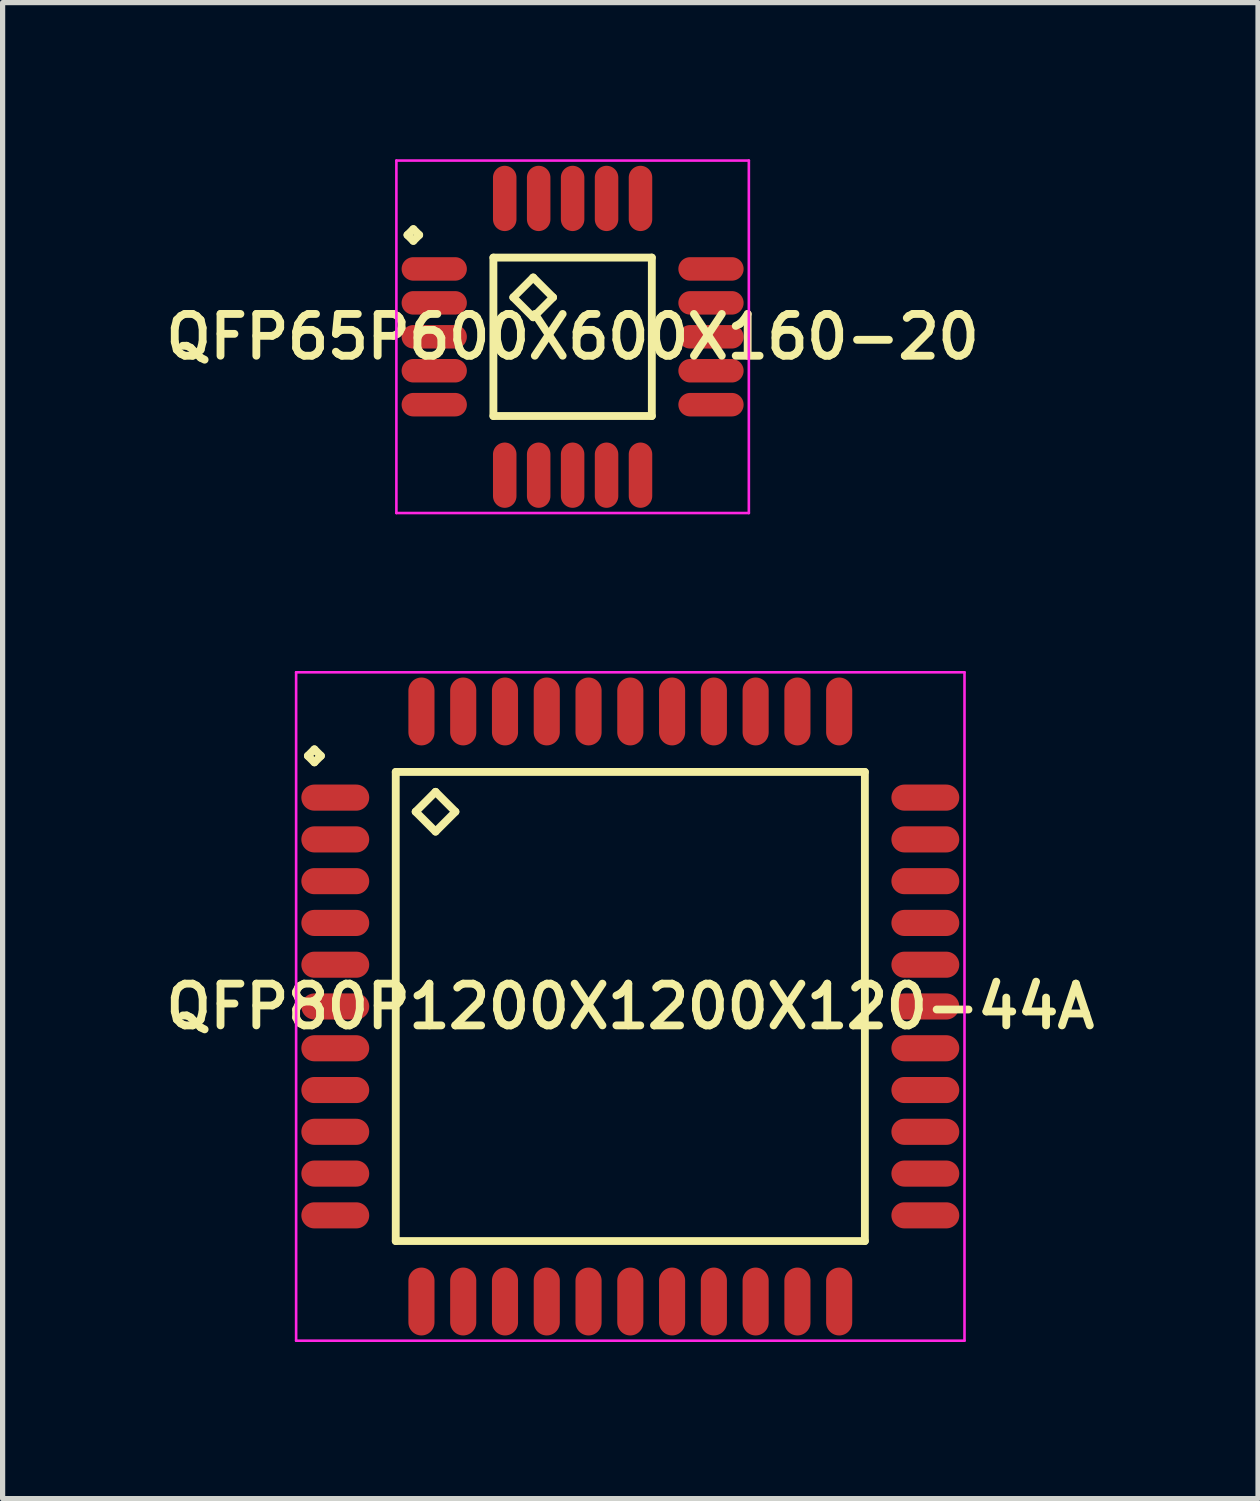
<source format=kicad_pcb>
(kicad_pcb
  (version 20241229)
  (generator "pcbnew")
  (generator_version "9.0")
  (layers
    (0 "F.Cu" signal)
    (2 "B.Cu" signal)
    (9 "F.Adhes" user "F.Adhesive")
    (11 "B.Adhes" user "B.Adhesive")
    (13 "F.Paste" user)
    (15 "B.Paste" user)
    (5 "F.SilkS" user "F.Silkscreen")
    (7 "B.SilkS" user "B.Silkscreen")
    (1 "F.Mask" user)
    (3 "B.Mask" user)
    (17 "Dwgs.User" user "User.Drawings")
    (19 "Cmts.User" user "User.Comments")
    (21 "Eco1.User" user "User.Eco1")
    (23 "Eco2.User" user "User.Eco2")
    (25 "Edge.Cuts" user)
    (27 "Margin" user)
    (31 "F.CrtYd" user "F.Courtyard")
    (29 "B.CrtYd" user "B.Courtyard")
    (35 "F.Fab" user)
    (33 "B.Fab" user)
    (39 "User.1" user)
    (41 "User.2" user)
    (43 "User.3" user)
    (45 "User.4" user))
  (footprint "QFP65P600X600X160-20"
    (layer "F.Cu")
    (at 7.916 3.4)
    (property "Reference" "QFP65P600X600X160-20" (at 0 0 0) (layer "F.SilkS") (effects (font (size 0.8 0.8) (thickness 0.15))))
    (attr smd)
    (fp_line (start -3.163 -1.95) (end -3.05 -2.062) (stroke (width 0.15) (type solid)) (layer "F.SilkS"))
    (fp_line (start -3.05 -2.062) (end -2.938 -1.95) (stroke (width 0.15) (type solid)) (layer "F.SilkS"))
    (fp_line (start -3.05 -1.837) (end -3.163 -1.95) (stroke (width 0.15) (type solid)) (layer "F.SilkS"))
    (fp_line (start -2.938 -1.95) (end -3.05 -1.837) (stroke (width 0.15) (type solid)) (layer "F.SilkS"))
    (fp_line (start -1.517 -1.517) (end -1.517 1.517) (stroke (width 0.15) (type solid)) (layer "F.SilkS"))
    (fp_line (start -1.517 1.517) (end 1.517 1.517) (stroke (width 0.15) (type solid)) (layer "F.SilkS"))
    (fp_line (start -1.136 -0.755) (end -0.755 -1.136) (stroke (width 0.15) (type solid)) (layer "F.SilkS"))
    (fp_line (start -0.755 -1.136) (end -0.374 -0.755) (stroke (width 0.15) (type solid)) (layer "F.SilkS"))
    (fp_line (start -0.755 -0.374) (end -1.136 -0.755) (stroke (width 0.15) (type solid)) (layer "F.SilkS"))
    (fp_line (start -0.374 -0.755) (end -0.755 -0.374) (stroke (width 0.15) (type solid)) (layer "F.SilkS"))
    (fp_line (start 1.517 -1.517) (end -1.517 -1.517) (stroke (width 0.15) (type solid)) (layer "F.SilkS"))
    (fp_line (start 1.517 1.517) (end 1.517 -1.517) (stroke (width 0.15) (type solid)) (layer "F.SilkS"))
    (fp_line (start -3.375 -3.375) (end 3.375 -3.375) (stroke (width 0.05) (type solid)) (layer "F.CrtYd"))
    (fp_line (start -3.375 3.375) (end -3.375 -3.375) (stroke (width 0.05) (type solid)) (layer "F.CrtYd"))
    (fp_line (start 3.375 -3.375) (end 3.375 3.375) (stroke (width 0.05) (type solid)) (layer "F.CrtYd"))
    (fp_line (start 3.375 3.375) (end -3.375 3.375) (stroke (width 0.05) (type solid)) (layer "F.CrtYd"))
    (pad "1" smd oval (at -2.65 -1.3) (size 1.25 0.45) (layers "F.Cu" "F.Mask" "F.Paste"))
    (pad "2" smd oval (at -2.65 -0.65) (size 1.25 0.45) (layers "F.Cu" "F.Mask" "F.Paste"))
    (pad "3" smd oval (at -2.65 0) (size 1.25 0.45) (layers "F.Cu" "F.Mask" "F.Paste"))
    (pad "4" smd oval (at -2.65 0.65) (size 1.25 0.45) (layers "F.Cu" "F.Mask" "F.Paste"))
    (pad "5" smd oval (at -2.65 1.3) (size 1.25 0.45) (layers "F.Cu" "F.Mask" "F.Paste"))
    (pad "6" smd oval (at -1.3 2.65) (size 0.45 1.25) (layers "F.Cu" "F.Mask" "F.Paste"))
    (pad "7" smd oval (at -0.65 2.65) (size 0.45 1.25) (layers "F.Cu" "F.Mask" "F.Paste"))
    (pad "8" smd oval (at 0 2.65) (size 0.45 1.25) (layers "F.Cu" "F.Mask" "F.Paste"))
    (pad "9" smd oval (at 0.65 2.65) (size 0.45 1.25) (layers "F.Cu" "F.Mask" "F.Paste"))
    (pad "10" smd oval (at 1.3 2.65) (size 0.45 1.25) (layers "F.Cu" "F.Mask" "F.Paste"))
    (pad "11" smd oval (at 2.65 1.3) (size 1.25 0.45) (layers "F.Cu" "F.Mask" "F.Paste"))
    (pad "12" smd oval (at 2.65 0.65) (size 1.25 0.45) (layers "F.Cu" "F.Mask" "F.Paste"))
    (pad "13" smd oval (at 2.65 0) (size 1.25 0.45) (layers "F.Cu" "F.Mask" "F.Paste"))
    (pad "14" smd oval (at 2.65 -0.65) (size 1.25 0.45) (layers "F.Cu" "F.Mask" "F.Paste"))
    (pad "15" smd oval (at 2.65 -1.3) (size 1.25 0.45) (layers "F.Cu" "F.Mask" "F.Paste"))
    (pad "16" smd oval (at 1.3 -2.65) (size 0.45 1.25) (layers "F.Cu" "F.Mask" "F.Paste"))
    (pad "17" smd oval (at 0.65 -2.65) (size 0.45 1.25) (layers "F.Cu" "F.Mask" "F.Paste"))
    (pad "18" smd oval (at 0 -2.65) (size 0.45 1.25) (layers "F.Cu" "F.Mask" "F.Paste"))
    (pad "19" smd oval (at -0.65 -2.65) (size 0.45 1.25) (layers "F.Cu" "F.Mask" "F.Paste"))
    (pad "20" smd oval (at -1.3 -2.65) (size 0.45 1.25) (layers "F.Cu" "F.Mask" "F.Paste")))
  (footprint "QFP80P1200X1200X120-44A"
    (layer "F.Cu")
    (at 9.021 16.225)
    (property "Reference" "QFP80P1200X1200X120-44A" (at 0 0 0) (layer "F.SilkS") (effects (font (size 0.8 0.8) (thickness 0.15))))
    (attr smd)
    (fp_line (start -6.175 -4.8) (end -6.05 -4.925) (stroke (width 0.15) (type solid)) (layer "F.SilkS"))
    (fp_line (start -6.05 -4.925) (end -5.925 -4.8) (stroke (width 0.15) (type solid)) (layer "F.SilkS"))
    (fp_line (start -6.05 -4.675) (end -6.175 -4.8) (stroke (width 0.15) (type solid)) (layer "F.SilkS"))
    (fp_line (start -5.925 -4.8) (end -6.05 -4.675) (stroke (width 0.15) (type solid)) (layer "F.SilkS"))
    (fp_line (start -4.492 -4.492) (end -4.492 4.492) (stroke (width 0.15) (type solid)) (layer "F.SilkS"))
    (fp_line (start -4.492 4.492) (end 4.492 4.492) (stroke (width 0.15) (type solid)) (layer "F.SilkS"))
    (fp_line (start -4.111 -3.73) (end -3.73 -4.111) (stroke (width 0.15) (type solid)) (layer "F.SilkS"))
    (fp_line (start -3.73 -4.111) (end -3.349 -3.73) (stroke (width 0.15) (type solid)) (layer "F.SilkS"))
    (fp_line (start -3.73 -3.349) (end -4.111 -3.73) (stroke (width 0.15) (type solid)) (layer "F.SilkS"))
    (fp_line (start -3.349 -3.73) (end -3.73 -3.349) (stroke (width 0.15) (type solid)) (layer "F.SilkS"))
    (fp_line (start 4.492 -4.492) (end -4.492 -4.492) (stroke (width 0.15) (type solid)) (layer "F.SilkS"))
    (fp_line (start 4.492 4.492) (end 4.492 -4.492) (stroke (width 0.15) (type solid)) (layer "F.SilkS"))
    (fp_line (start -6.4 -6.4) (end 6.4 -6.4) (stroke (width 0.05) (type solid)) (layer "F.CrtYd"))
    (fp_line (start -6.4 6.4) (end -6.4 -6.4) (stroke (width 0.05) (type solid)) (layer "F.CrtYd"))
    (fp_line (start 6.4 -6.4) (end 6.4 6.4) (stroke (width 0.05) (type solid)) (layer "F.CrtYd"))
    (fp_line (start 6.4 6.4) (end -6.4 6.4) (stroke (width 0.05) (type solid)) (layer "F.CrtYd"))
    (pad "1" smd oval (at -5.65 -4) (size 1.3 0.5) (layers "F.Cu" "F.Mask" "F.Paste"))
    (pad "2" smd oval (at -5.65 -3.2) (size 1.3 0.5) (layers "F.Cu" "F.Mask" "F.Paste"))
    (pad "3" smd oval (at -5.65 -2.4) (size 1.3 0.5) (layers "F.Cu" "F.Mask" "F.Paste"))
    (pad "4" smd oval (at -5.65 -1.6) (size 1.3 0.5) (layers "F.Cu" "F.Mask" "F.Paste"))
    (pad "5" smd oval (at -5.65 -0.8) (size 1.3 0.5) (layers "F.Cu" "F.Mask" "F.Paste"))
    (pad "6" smd oval (at -5.65 0) (size 1.3 0.5) (layers "F.Cu" "F.Mask" "F.Paste"))
    (pad "7" smd oval (at -5.65 0.8) (size 1.3 0.5) (layers "F.Cu" "F.Mask" "F.Paste"))
    (pad "8" smd oval (at -5.65 1.6) (size 1.3 0.5) (layers "F.Cu" "F.Mask" "F.Paste"))
    (pad "9" smd oval (at -5.65 2.4) (size 1.3 0.5) (layers "F.Cu" "F.Mask" "F.Paste"))
    (pad "10" smd oval (at -5.65 3.2) (size 1.3 0.5) (layers "F.Cu" "F.Mask" "F.Paste"))
    (pad "11" smd oval (at -5.65 4) (size 1.3 0.5) (layers "F.Cu" "F.Mask" "F.Paste"))
    (pad "12" smd oval (at -4 5.65) (size 0.5 1.3) (layers "F.Cu" "F.Mask" "F.Paste"))
    (pad "13" smd oval (at -3.2 5.65) (size 0.5 1.3) (layers "F.Cu" "F.Mask" "F.Paste"))
    (pad "14" smd oval (at -2.4 5.65) (size 0.5 1.3) (layers "F.Cu" "F.Mask" "F.Paste"))
    (pad "15" smd oval (at -1.6 5.65) (size 0.5 1.3) (layers "F.Cu" "F.Mask" "F.Paste"))
    (pad "16" smd oval (at -0.8 5.65) (size 0.5 1.3) (layers "F.Cu" "F.Mask" "F.Paste"))
    (pad "17" smd oval (at 0 5.65) (size 0.5 1.3) (layers "F.Cu" "F.Mask" "F.Paste"))
    (pad "18" smd oval (at 0.8 5.65) (size 0.5 1.3) (layers "F.Cu" "F.Mask" "F.Paste"))
    (pad "19" smd oval (at 1.6 5.65) (size 0.5 1.3) (layers "F.Cu" "F.Mask" "F.Paste"))
    (pad "20" smd oval (at 2.4 5.65) (size 0.5 1.3) (layers "F.Cu" "F.Mask" "F.Paste"))
    (pad "21" smd oval (at 3.2 5.65) (size 0.5 1.3) (layers "F.Cu" "F.Mask" "F.Paste"))
    (pad "22" smd oval (at 4 5.65) (size 0.5 1.3) (layers "F.Cu" "F.Mask" "F.Paste"))
    (pad "23" smd oval (at 5.65 4) (size 1.3 0.5) (layers "F.Cu" "F.Mask" "F.Paste"))
    (pad "24" smd oval (at 5.65 3.2) (size 1.3 0.5) (layers "F.Cu" "F.Mask" "F.Paste"))
    (pad "25" smd oval (at 5.65 2.4) (size 1.3 0.5) (layers "F.Cu" "F.Mask" "F.Paste"))
    (pad "26" smd oval (at 5.65 1.6) (size 1.3 0.5) (layers "F.Cu" "F.Mask" "F.Paste"))
    (pad "27" smd oval (at 5.65 0.8) (size 1.3 0.5) (layers "F.Cu" "F.Mask" "F.Paste"))
    (pad "28" smd oval (at 5.65 0) (size 1.3 0.5) (layers "F.Cu" "F.Mask" "F.Paste"))
    (pad "29" smd oval (at 5.65 -0.8) (size 1.3 0.5) (layers "F.Cu" "F.Mask" "F.Paste"))
    (pad "30" smd oval (at 5.65 -1.6) (size 1.3 0.5) (layers "F.Cu" "F.Mask" "F.Paste"))
    (pad "31" smd oval (at 5.65 -2.4) (size 1.3 0.5) (layers "F.Cu" "F.Mask" "F.Paste"))
    (pad "32" smd oval (at 5.65 -3.2) (size 1.3 0.5) (layers "F.Cu" "F.Mask" "F.Paste"))
    (pad "33" smd oval (at 5.65 -4) (size 1.3 0.5) (layers "F.Cu" "F.Mask" "F.Paste"))
    (pad "34" smd oval (at 4 -5.65) (size 0.5 1.3) (layers "F.Cu" "F.Mask" "F.Paste"))
    (pad "35" smd oval (at 3.2 -5.65) (size 0.5 1.3) (layers "F.Cu" "F.Mask" "F.Paste"))
    (pad "36" smd oval (at 2.4 -5.65) (size 0.5 1.3) (layers "F.Cu" "F.Mask" "F.Paste"))
    (pad "37" smd oval (at 1.6 -5.65) (size 0.5 1.3) (layers "F.Cu" "F.Mask" "F.Paste"))
    (pad "38" smd oval (at 0.8 -5.65) (size 0.5 1.3) (layers "F.Cu" "F.Mask" "F.Paste"))
    (pad "39" smd oval (at 0 -5.65) (size 0.5 1.3) (layers "F.Cu" "F.Mask" "F.Paste"))
    (pad "40" smd oval (at -0.8 -5.65) (size 0.5 1.3) (layers "F.Cu" "F.Mask" "F.Paste"))
    (pad "41" smd oval (at -1.6 -5.65) (size 0.5 1.3) (layers "F.Cu" "F.Mask" "F.Paste"))
    (pad "42" smd oval (at -2.4 -5.65) (size 0.5 1.3) (layers "F.Cu" "F.Mask" "F.Paste"))
    (pad "43" smd oval (at -3.2 -5.65) (size 0.5 1.3) (layers "F.Cu" "F.Mask" "F.Paste"))
    (pad "44" smd oval (at -4 -5.65) (size 0.5 1.3) (layers "F.Cu" "F.Mask" "F.Paste")))
  (gr_rect
    (start -3 -3)
    (end 21.042 25.65)
    (stroke (width 0.1) (type default))
    (fill no)
    (layer "Edge.Cuts")))
</source>
